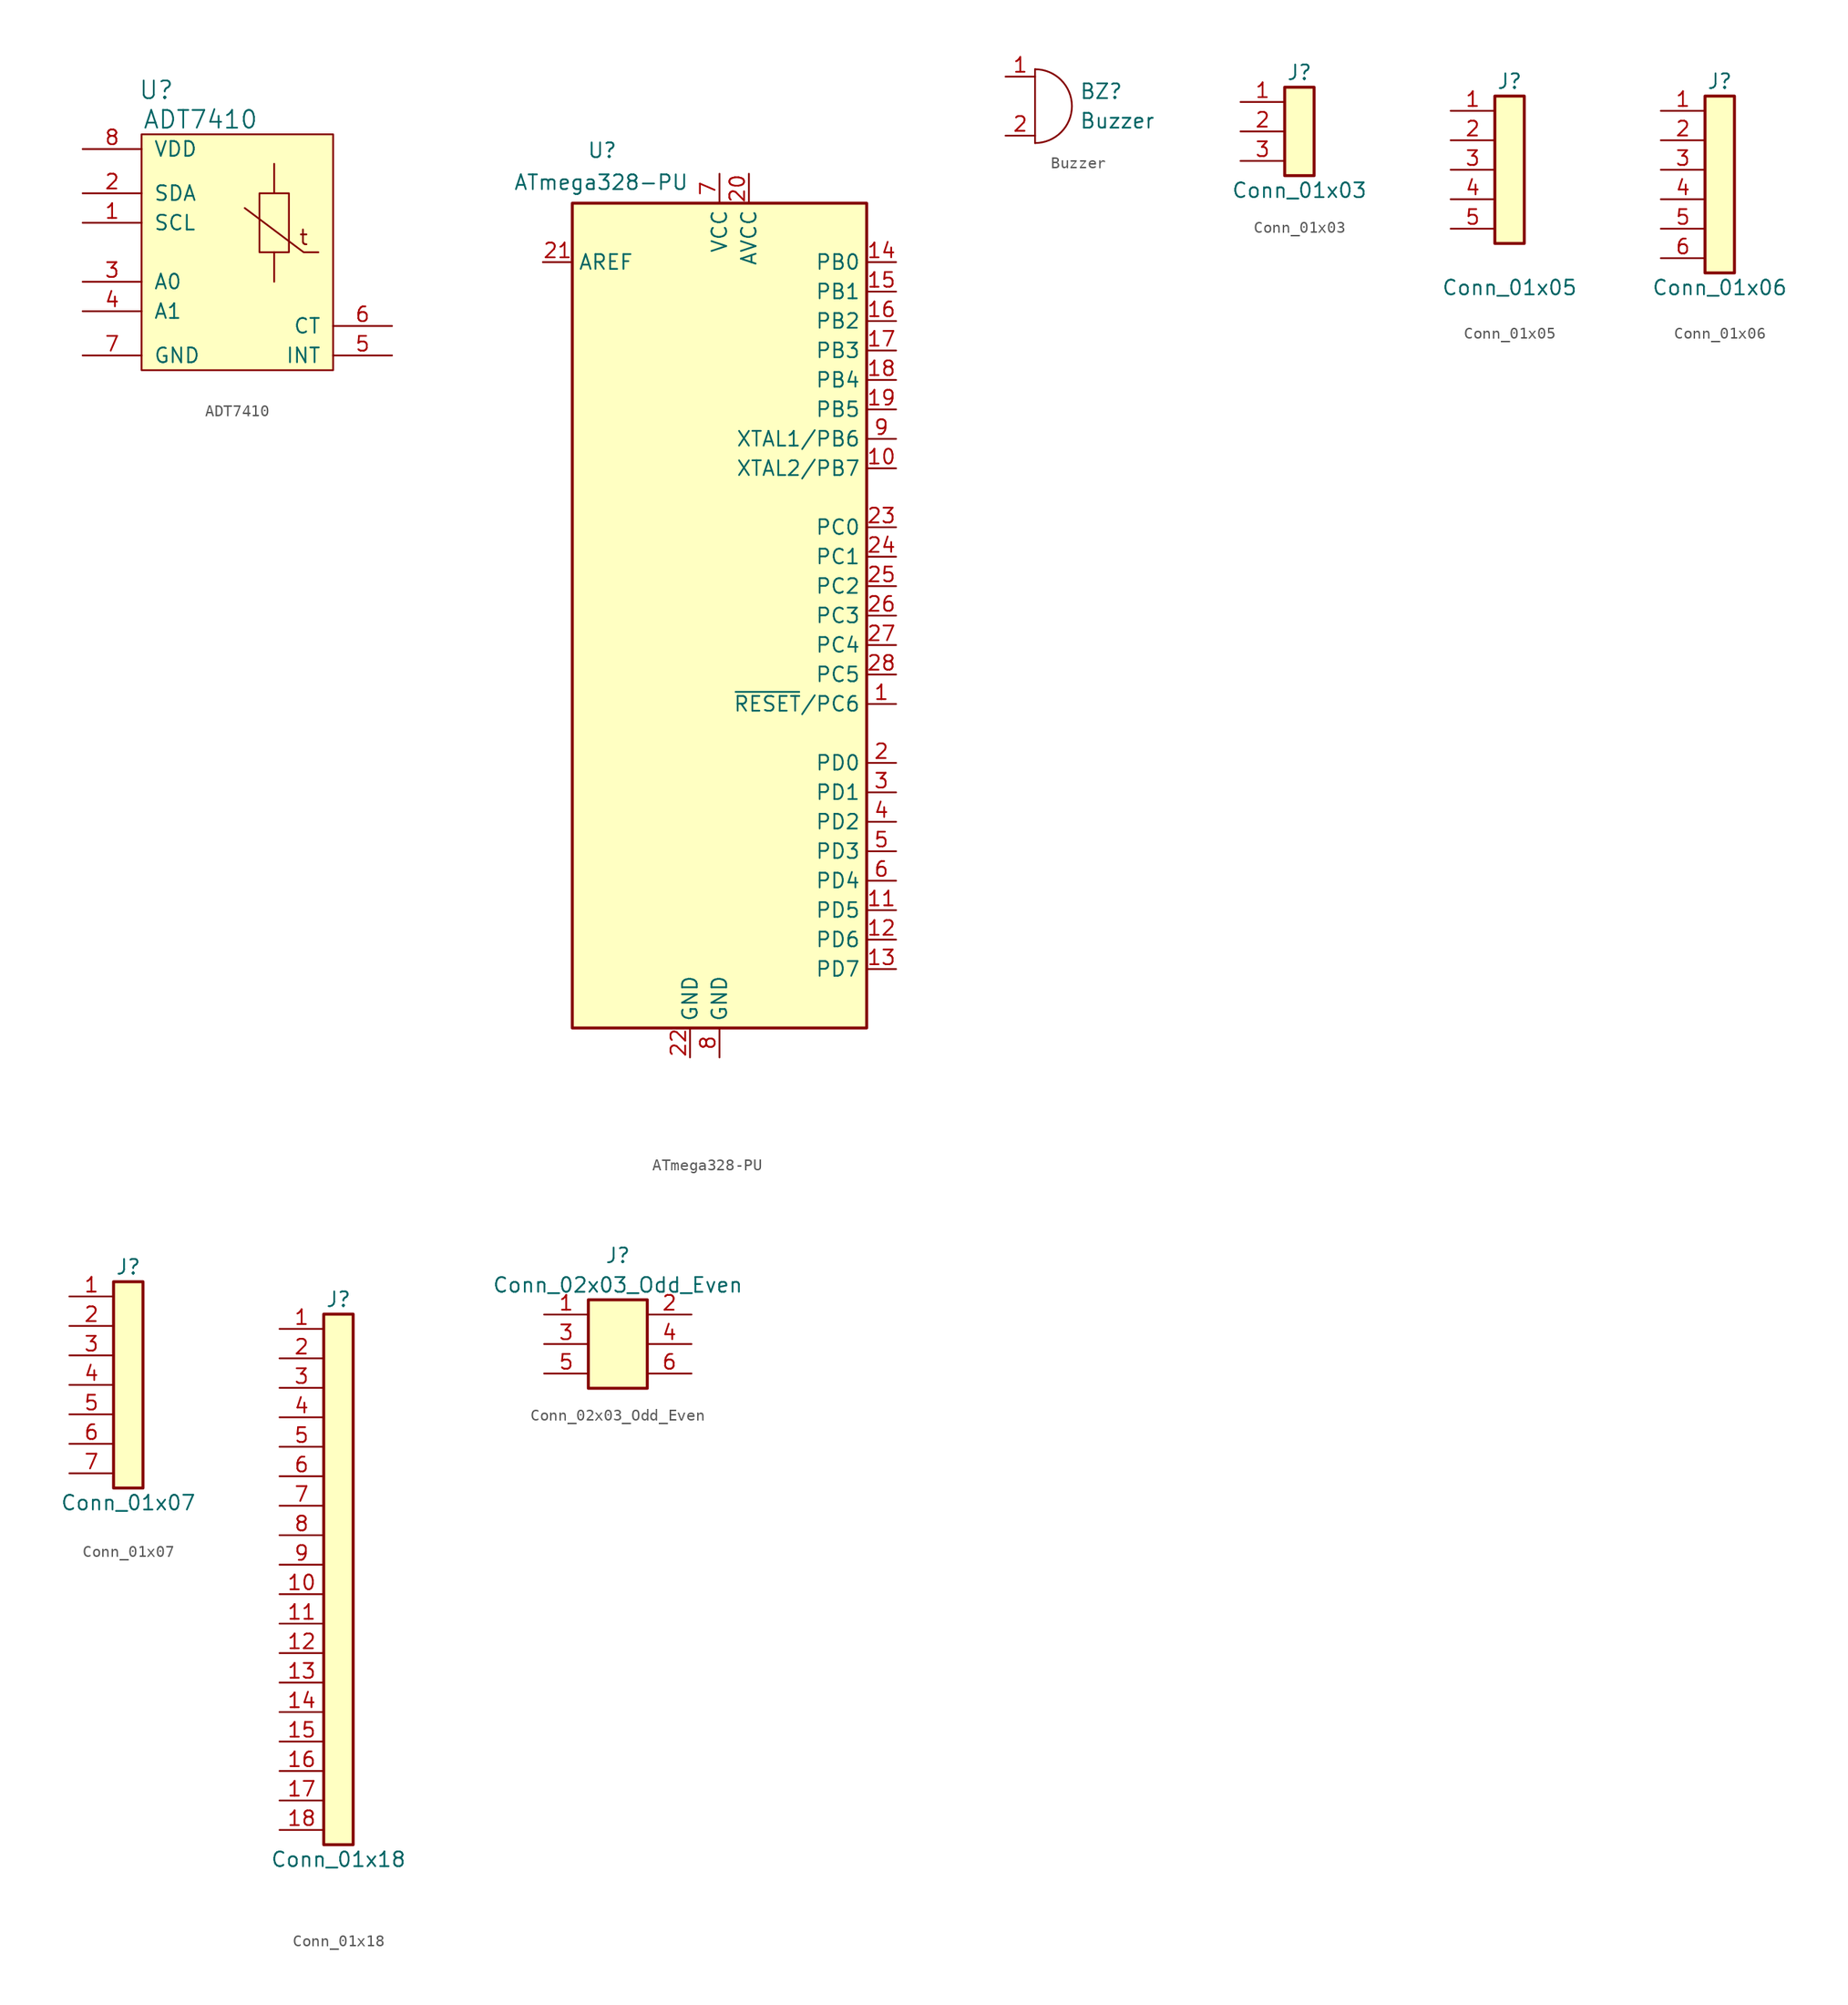
<source format=kicad_sym>
(kicad_symbol_lib
  (version 20211014)
  (generator kicad_symbol_editor)
  (symbol "ADT7410"
    (pin_names
      (offset 1.016))
    (property "Reference" "U"
      (at -6.35 13.97 0)
      (effects (font (size 1.524 1.524))))
    (property "Value" "ADT7410"
      (at -2.54 11.43 0)
      (effects (font (size 1.524 1.524))))
    (symbol "ADT7410_0_0"
      (text "t" (at 6.35 1.27 0) (effects (font (size 1.27 1.27)))))
    (symbol "ADT7410_0_1"
      (rectangle (start -7.62 10.16) (end 8.89 -10.16) (stroke (width 0) (type default) (color 0 0 0 0)) (fill (type background)))
      (polyline (pts (xy 3.81 0) (xy 3.81 -2.54)) (stroke (width 0) (type default) (color 0 0 0 0)) (fill (type none)))
      (polyline (pts (xy 1.27 3.81) (xy 6.35 0) (xy 7.62 0)) (stroke (width 0) (type default) (color 0 0 0 0)) (fill (type none)))
      (polyline (pts (xy 2.54 5.08) (xy 2.54 0) (xy 5.08 0) (xy 5.08 5.08) (xy 2.54 5.08) (xy 3.81 5.08) (xy 3.81 7.62)) (stroke (width 0) (type default) (color 0 0 0 0)) (fill (type none))))
    (symbol "ADT7410_1_1"
      (pin input line (at -12.7 2.54 0) (length 5.08) (name "SCL" (effects (font (size 1.27 1.27)))) (number "1" (effects (font (size 1.27 1.27)))))
      (pin bidirectional line (at -12.7 5.08 0) (length 5.08) (name "SDA" (effects (font (size 1.27 1.27)))) (number "2" (effects (font (size 1.27 1.27)))))
      (pin input line (at -12.7 -2.54 0) (length 5.08) (name "A0" (effects (font (size 1.27 1.27)))) (number "3" (effects (font (size 1.27 1.27)))))
      (pin input line (at -12.7 -5.08 0) (length 5.08) (name "A1" (effects (font (size 1.27 1.27)))) (number "4" (effects (font (size 1.27 1.27)))))
      (pin output line (at 13.97 -8.89 180) (length 5.08) (name "INT" (effects (font (size 1.27 1.27)))) (number "5" (effects (font (size 1.27 1.27)))))
      (pin output line (at 13.97 -6.35 180) (length 5.08) (name "CT" (effects (font (size 1.27 1.27)))) (number "6" (effects (font (size 1.27 1.27)))))
      (pin input line (at -12.7 -8.89 0) (length 5.08) (name "GND" (effects (font (size 1.27 1.27)))) (number "7" (effects (font (size 1.27 1.27)))))
      (pin input line (at -12.7 8.89 0) (length 5.08) (name "VDD" (effects (font (size 1.27 1.27)))) (number "8" (effects (font (size 1.27 1.27)))))))
  (symbol "ATmega328-PU"
    (property "Reference" "U"
      (at -11.43 39.37 0)
      (effects (font (size 1.27 1.27)) (justify left bottom)))
    (property "Value" "ATmega328-PU"
      (at -17.78 38.1 0)
      (effects (font (size 1.27 1.27)) (justify left top)))
    (symbol "ATmega328-PU_0_1"
      (rectangle (start -12.7 -35.56) (end 12.7 35.56) (stroke (width 0.254) (type default) (color 0 0 0 0)) (fill (type background))))
    (symbol "ATmega328-PU_1_1"
      (pin tri_state line (at 15.24 -7.62 180) (length 2.54) (name "~{RESET}/PC6" (effects (font (size 1.27 1.27)))) (number "1" (effects (font (size 1.27 1.27)))))
      (pin tri_state line (at 15.24 12.7 180) (length 2.54) (name "XTAL2/PB7" (effects (font (size 1.27 1.27)))) (number "10" (effects (font (size 1.27 1.27)))))
      (pin tri_state line (at 15.24 -25.4 180) (length 2.54) (name "PD5" (effects (font (size 1.27 1.27)))) (number "11" (effects (font (size 1.27 1.27)))))
      (pin tri_state line (at 15.24 -27.94 180) (length 2.54) (name "PD6" (effects (font (size 1.27 1.27)))) (number "12" (effects (font (size 1.27 1.27)))))
      (pin tri_state line (at 15.24 -30.48 180) (length 2.54) (name "PD7" (effects (font (size 1.27 1.27)))) (number "13" (effects (font (size 1.27 1.27)))))
      (pin tri_state line (at 15.24 30.48 180) (length 2.54) (name "PB0" (effects (font (size 1.27 1.27)))) (number "14" (effects (font (size 1.27 1.27)))))
      (pin tri_state line (at 15.24 27.94 180) (length 2.54) (name "PB1" (effects (font (size 1.27 1.27)))) (number "15" (effects (font (size 1.27 1.27)))))
      (pin tri_state line (at 15.24 25.4 180) (length 2.54) (name "PB2" (effects (font (size 1.27 1.27)))) (number "16" (effects (font (size 1.27 1.27)))))
      (pin tri_state line (at 15.24 22.86 180) (length 2.54) (name "PB3" (effects (font (size 1.27 1.27)))) (number "17" (effects (font (size 1.27 1.27)))))
      (pin tri_state line (at 15.24 20.32 180) (length 2.54) (name "PB4" (effects (font (size 1.27 1.27)))) (number "18" (effects (font (size 1.27 1.27)))))
      (pin tri_state line (at 15.24 17.78 180) (length 2.54) (name "PB5" (effects (font (size 1.27 1.27)))) (number "19" (effects (font (size 1.27 1.27)))))
      (pin tri_state line (at 15.24 -12.7 180) (length 2.54) (name "PD0" (effects (font (size 1.27 1.27)))) (number "2" (effects (font (size 1.27 1.27)))))
      (pin power_in line (at 2.54 38.1 270) (length 2.54) (name "AVCC" (effects (font (size 1.27 1.27)))) (number "20" (effects (font (size 1.27 1.27)))))
      (pin passive line (at -15.24 30.48 0) (length 2.54) (name "AREF" (effects (font (size 1.27 1.27)))) (number "21" (effects (font (size 1.27 1.27)))))
      (pin power_in line (at -2.54 -38.1 90) (length 2.54) (name "GND" (effects (font (size 1.27 1.27)))) (number "22" (effects (font (size 1.27 1.27)))))
      (pin tri_state line (at 15.24 7.62 180) (length 2.54) (name "PC0" (effects (font (size 1.27 1.27)))) (number "23" (effects (font (size 1.27 1.27)))))
      (pin tri_state line (at 15.24 5.08 180) (length 2.54) (name "PC1" (effects (font (size 1.27 1.27)))) (number "24" (effects (font (size 1.27 1.27)))))
      (pin tri_state line (at 15.24 2.54 180) (length 2.54) (name "PC2" (effects (font (size 1.27 1.27)))) (number "25" (effects (font (size 1.27 1.27)))))
      (pin tri_state line (at 15.24 0 180) (length 2.54) (name "PC3" (effects (font (size 1.27 1.27)))) (number "26" (effects (font (size 1.27 1.27)))))
      (pin tri_state line (at 15.24 -2.54 180) (length 2.54) (name "PC4" (effects (font (size 1.27 1.27)))) (number "27" (effects (font (size 1.27 1.27)))))
      (pin tri_state line (at 15.24 -5.08 180) (length 2.54) (name "PC5" (effects (font (size 1.27 1.27)))) (number "28" (effects (font (size 1.27 1.27)))))
      (pin tri_state line (at 15.24 -15.24 180) (length 2.54) (name "PD1" (effects (font (size 1.27 1.27)))) (number "3" (effects (font (size 1.27 1.27)))))
      (pin tri_state line (at 15.24 -17.78 180) (length 2.54) (name "PD2" (effects (font (size 1.27 1.27)))) (number "4" (effects (font (size 1.27 1.27)))))
      (pin tri_state line (at 15.24 -20.32 180) (length 2.54) (name "PD3" (effects (font (size 1.27 1.27)))) (number "5" (effects (font (size 1.27 1.27)))))
      (pin tri_state line (at 15.24 -22.86 180) (length 2.54) (name "PD4" (effects (font (size 1.27 1.27)))) (number "6" (effects (font (size 1.27 1.27)))))
      (pin power_in line (at 0 38.1 270) (length 2.54) (name "VCC" (effects (font (size 1.27 1.27)))) (number "7" (effects (font (size 1.27 1.27)))))
      (pin power_in line (at 0 -38.1 90) (length 2.54) (name "GND" (effects (font (size 1.27 1.27)))) (number "8" (effects (font (size 1.27 1.27)))))
      (pin tri_state line (at 15.24 15.24 180) (length 2.54) (name "XTAL1/PB6" (effects (font (size 1.27 1.27)))) (number "9" (effects (font (size 1.27 1.27)))))))
  (symbol "Buzzer"
    (pin_names
      (offset 0.025) hide)
    (property "Reference" "BZ"
      (at 3.81 1.27 0)
      (effects (font (size 1.27 1.27)) (justify left)))
    (property "Value" "Buzzer"
      (at 3.81 -1.27 0)
      (effects (font (size 1.27 1.27)) (justify left)))
    (symbol "Buzzer_0_1"
      (arc (start 0 -3.175) (mid 3.175 0) (end 0 3.175) (stroke (width 0) (type default) (color 0 0 0 0)) (fill (type none)))
      (polyline (pts (xy 0 3.175) (xy 0 -3.175)) (stroke (width 0) (type default) (color 0 0 0 0)) (fill (type none))))
    (symbol "Buzzer_1_1"
      (pin passive line (at -2.54 2.54 0) (length 2.54) (name "-" (effects (font (size 1.27 1.27)))) (number "1" (effects (font (size 1.27 1.27)))))
      (pin passive line (at -2.54 -2.54 0) (length 2.54) (name "+" (effects (font (size 1.27 1.27)))) (number "2" (effects (font (size 1.27 1.27)))))))
  (symbol "Conn_01x03"
    (pin_names
      (offset 1.016) hide)
    (property "Reference" "J"
      (at 0 5.08 0)
      (effects (font (size 1.27 1.27))))
    (property "Value" "Conn_01x03"
      (at 0 -5.08 0)
      (effects (font (size 1.27 1.27))))
    (symbol "Conn_01x03_1_1"
      (rectangle (start -1.27 3.81) (end 1.27 -3.81) (stroke (width 0.254) (type default) (color 0 0 0 0)) (fill (type background)))
      (pin passive line (at -5.08 2.54 0) (length 3.81) (name "Pin_1" (effects (font (size 1.27 1.27)))) (number "1" (effects (font (size 1.27 1.27)))))
      (pin passive line (at -5.08 0 0) (length 3.81) (name "Pin_2" (effects (font (size 1.27 1.27)))) (number "2" (effects (font (size 1.27 1.27)))))
      (pin passive line (at -5.08 -2.54 0) (length 3.81) (name "Pin_3" (effects (font (size 1.27 1.27)))) (number "3" (effects (font (size 1.27 1.27)))))))
  (symbol "Conn_01x05"
    (pin_names
      (offset 1.016) hide)
    (property "Reference" "J"
      (at 0 7.62 0)
      (effects (font (size 1.27 1.27))))
    (property "Value" "Conn_01x05"
      (at 0 -10.16 0)
      (effects (font (size 1.27 1.27))))
    (symbol "Conn_01x05_1_1"
      (rectangle (start -1.27 6.35) (end 1.27 -6.35) (stroke (width 0.254) (type default) (color 0 0 0 0)) (fill (type background)))
      (pin passive line (at -5.08 5.08 0) (length 3.81) (name "Pin_1" (effects (font (size 1.27 1.27)))) (number "1" (effects (font (size 1.27 1.27)))))
      (pin passive line (at -5.08 2.54 0) (length 3.81) (name "Pin_2" (effects (font (size 1.27 1.27)))) (number "2" (effects (font (size 1.27 1.27)))))
      (pin passive line (at -5.08 0 0) (length 3.81) (name "Pin_3" (effects (font (size 1.27 1.27)))) (number "3" (effects (font (size 1.27 1.27)))))
      (pin passive line (at -5.08 -2.54 0) (length 3.81) (name "Pin_4" (effects (font (size 1.27 1.27)))) (number "4" (effects (font (size 1.27 1.27)))))
      (pin passive line (at -5.08 -5.08 0) (length 3.81) (name "Pin_5" (effects (font (size 1.27 1.27)))) (number "5" (effects (font (size 1.27 1.27)))))))
  (symbol "Conn_01x06"
    (pin_names
      (offset 1.016) hide)
    (property "Reference" "J"
      (at 0 7.62 0)
      (effects (font (size 1.27 1.27))))
    (property "Value" "Conn_01x06"
      (at 0 -10.16 0)
      (effects (font (size 1.27 1.27))))
    (symbol "Conn_01x06_1_1"
      (rectangle (start -1.27 6.35) (end 1.27 -8.89) (stroke (width 0.254) (type default) (color 0 0 0 0)) (fill (type background)))
      (pin passive line (at -5.08 5.08 0) (length 3.81) (name "Pin_1" (effects (font (size 1.27 1.27)))) (number "1" (effects (font (size 1.27 1.27)))))
      (pin passive line (at -5.08 2.54 0) (length 3.81) (name "Pin_2" (effects (font (size 1.27 1.27)))) (number "2" (effects (font (size 1.27 1.27)))))
      (pin passive line (at -5.08 0 0) (length 3.81) (name "Pin_3" (effects (font (size 1.27 1.27)))) (number "3" (effects (font (size 1.27 1.27)))))
      (pin passive line (at -5.08 -2.54 0) (length 3.81) (name "Pin_4" (effects (font (size 1.27 1.27)))) (number "4" (effects (font (size 1.27 1.27)))))
      (pin passive line (at -5.08 -5.08 0) (length 3.81) (name "Pin_5" (effects (font (size 1.27 1.27)))) (number "5" (effects (font (size 1.27 1.27)))))
      (pin passive line (at -5.08 -7.62 0) (length 3.81) (name "Pin_6" (effects (font (size 1.27 1.27)))) (number "6" (effects (font (size 1.27 1.27)))))))
  (symbol "Conn_01x07"
    (pin_names
      (offset 1.016) hide)
    (property "Reference" "J"
      (at 0 10.16 0)
      (effects (font (size 1.27 1.27))))
    (property "Value" "Conn_01x07"
      (at 0 -10.16 0)
      (effects (font (size 1.27 1.27))))
    (symbol "Conn_01x07_1_1"
      (rectangle (start -1.27 8.89) (end 1.27 -8.89) (stroke (width 0.254) (type default) (color 0 0 0 0)) (fill (type background)))
      (pin passive line (at -5.08 7.62 0) (length 3.81) (name "Pin_1" (effects (font (size 1.27 1.27)))) (number "1" (effects (font (size 1.27 1.27)))))
      (pin passive line (at -5.08 5.08 0) (length 3.81) (name "Pin_2" (effects (font (size 1.27 1.27)))) (number "2" (effects (font (size 1.27 1.27)))))
      (pin passive line (at -5.08 2.54 0) (length 3.81) (name "Pin_3" (effects (font (size 1.27 1.27)))) (number "3" (effects (font (size 1.27 1.27)))))
      (pin passive line (at -5.08 0 0) (length 3.81) (name "Pin_4" (effects (font (size 1.27 1.27)))) (number "4" (effects (font (size 1.27 1.27)))))
      (pin passive line (at -5.08 -2.54 0) (length 3.81) (name "Pin_5" (effects (font (size 1.27 1.27)))) (number "5" (effects (font (size 1.27 1.27)))))
      (pin passive line (at -5.08 -5.08 0) (length 3.81) (name "Pin_6" (effects (font (size 1.27 1.27)))) (number "6" (effects (font (size 1.27 1.27)))))
      (pin passive line (at -5.08 -7.62 0) (length 3.81) (name "Pin_7" (effects (font (size 1.27 1.27)))) (number "7" (effects (font (size 1.27 1.27)))))))
  (symbol "Conn_01x18"
    (pin_names
      (offset 1.016) hide)
    (property "Reference" "J"
      (at 0 22.86 0)
      (effects (font (size 1.27 1.27))))
    (property "Value" "Conn_01x18"
      (at 0 -25.4 0)
      (effects (font (size 1.27 1.27))))
    (symbol "Conn_01x18_1_1"
      (rectangle (start -1.27 21.59) (end 1.27 -24.13) (stroke (width 0.254) (type default) (color 0 0 0 0)) (fill (type background)))
      (pin passive line (at -5.08 20.32 0) (length 3.81) (name "Pin_1" (effects (font (size 1.27 1.27)))) (number "1" (effects (font (size 1.27 1.27)))))
      (pin passive line (at -5.08 -2.54 0) (length 3.81) (name "Pin_10" (effects (font (size 1.27 1.27)))) (number "10" (effects (font (size 1.27 1.27)))))
      (pin passive line (at -5.08 -5.08 0) (length 3.81) (name "Pin_11" (effects (font (size 1.27 1.27)))) (number "11" (effects (font (size 1.27 1.27)))))
      (pin passive line (at -5.08 -7.62 0) (length 3.81) (name "Pin_12" (effects (font (size 1.27 1.27)))) (number "12" (effects (font (size 1.27 1.27)))))
      (pin passive line (at -5.08 -10.16 0) (length 3.81) (name "Pin_13" (effects (font (size 1.27 1.27)))) (number "13" (effects (font (size 1.27 1.27)))))
      (pin passive line (at -5.08 -12.7 0) (length 3.81) (name "Pin_14" (effects (font (size 1.27 1.27)))) (number "14" (effects (font (size 1.27 1.27)))))
      (pin passive line (at -5.08 -15.24 0) (length 3.81) (name "Pin_15" (effects (font (size 1.27 1.27)))) (number "15" (effects (font (size 1.27 1.27)))))
      (pin passive line (at -5.08 -17.78 0) (length 3.81) (name "Pin_16" (effects (font (size 1.27 1.27)))) (number "16" (effects (font (size 1.27 1.27)))))
      (pin passive line (at -5.08 -20.32 0) (length 3.81) (name "Pin_17" (effects (font (size 1.27 1.27)))) (number "17" (effects (font (size 1.27 1.27)))))
      (pin passive line (at -5.08 -22.86 0) (length 3.81) (name "Pin_18" (effects (font (size 1.27 1.27)))) (number "18" (effects (font (size 1.27 1.27)))))
      (pin passive line (at -5.08 17.78 0) (length 3.81) (name "Pin_2" (effects (font (size 1.27 1.27)))) (number "2" (effects (font (size 1.27 1.27)))))
      (pin passive line (at -5.08 15.24 0) (length 3.81) (name "Pin_3" (effects (font (size 1.27 1.27)))) (number "3" (effects (font (size 1.27 1.27)))))
      (pin passive line (at -5.08 12.7 0) (length 3.81) (name "Pin_4" (effects (font (size 1.27 1.27)))) (number "4" (effects (font (size 1.27 1.27)))))
      (pin passive line (at -5.08 10.16 0) (length 3.81) (name "Pin_5" (effects (font (size 1.27 1.27)))) (number "5" (effects (font (size 1.27 1.27)))))
      (pin passive line (at -5.08 7.62 0) (length 3.81) (name "Pin_6" (effects (font (size 1.27 1.27)))) (number "6" (effects (font (size 1.27 1.27)))))
      (pin passive line (at -5.08 5.08 0) (length 3.81) (name "Pin_7" (effects (font (size 1.27 1.27)))) (number "7" (effects (font (size 1.27 1.27)))))
      (pin passive line (at -5.08 2.54 0) (length 3.81) (name "Pin_8" (effects (font (size 1.27 1.27)))) (number "8" (effects (font (size 1.27 1.27)))))
      (pin passive line (at -5.08 0 0) (length 3.81) (name "Pin_9" (effects (font (size 1.27 1.27)))) (number "9" (effects (font (size 1.27 1.27)))))))
  (symbol "Conn_02x03_Odd_Even"
    (pin_names
      (offset 1.016) hide)
    (property "Reference" "J"
      (at 0 8.89 0)
      (effects (font (size 1.27 1.27))))
    (property "Value" "Conn_02x03_Odd_Even"
      (at 0 6.35 0)
      (effects (font (size 1.27 1.27))))
    (symbol "Conn_02x03_Odd_Even_1_1"
      (rectangle (start -2.54 5.08) (end 2.54 -2.54) (stroke (width 0.254) (type default) (color 0 0 0 0)) (fill (type background)))
      (pin passive line (at -6.35 3.81 0) (length 3.81) (name "Pin_1" (effects (font (size 1.27 1.27)))) (number "1" (effects (font (size 1.27 1.27)))))
      (pin passive line (at 6.35 3.81 180) (length 3.81) (name "Pin_2" (effects (font (size 1.27 1.27)))) (number "2" (effects (font (size 1.27 1.27)))))
      (pin passive line (at -6.35 1.27 0) (length 3.81) (name "Pin_3" (effects (font (size 1.27 1.27)))) (number "3" (effects (font (size 1.27 1.27)))))
      (pin passive line (at 6.35 1.27 180) (length 3.81) (name "Pin_4" (effects (font (size 1.27 1.27)))) (number "4" (effects (font (size 1.27 1.27)))))
      (pin passive line (at -6.35 -1.27 0) (length 3.81) (name "Pin_5" (effects (font (size 1.27 1.27)))) (number "5" (effects (font (size 1.27 1.27)))))
      (pin passive line (at 6.35 -1.27 180) (length 3.81) (name "Pin_6" (effects (font (size 1.27 1.27)))) (number "6" (effects (font (size 1.27 1.27))))))))
</source>
